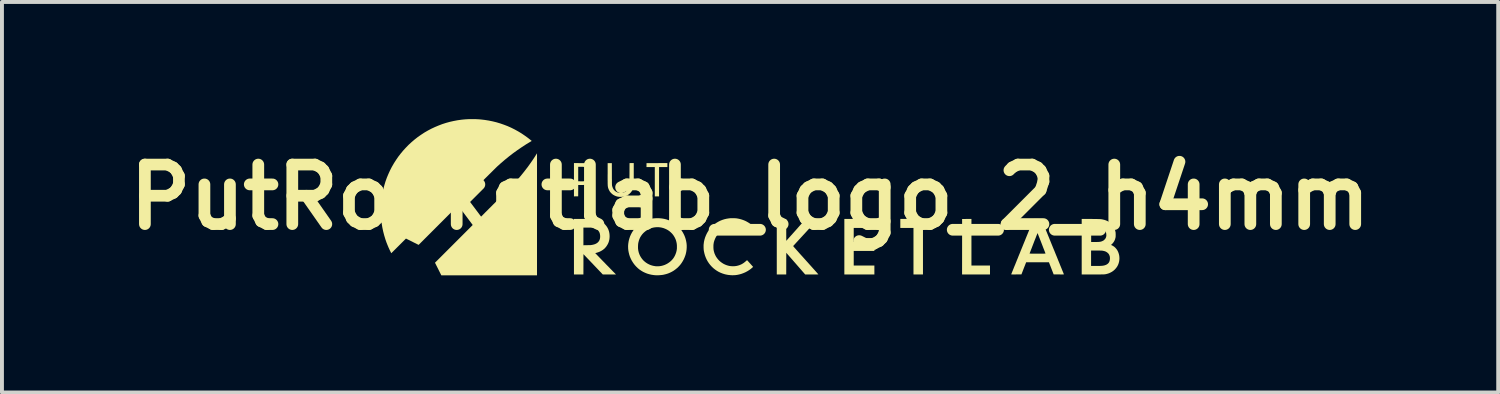
<source format=kicad_pcb>
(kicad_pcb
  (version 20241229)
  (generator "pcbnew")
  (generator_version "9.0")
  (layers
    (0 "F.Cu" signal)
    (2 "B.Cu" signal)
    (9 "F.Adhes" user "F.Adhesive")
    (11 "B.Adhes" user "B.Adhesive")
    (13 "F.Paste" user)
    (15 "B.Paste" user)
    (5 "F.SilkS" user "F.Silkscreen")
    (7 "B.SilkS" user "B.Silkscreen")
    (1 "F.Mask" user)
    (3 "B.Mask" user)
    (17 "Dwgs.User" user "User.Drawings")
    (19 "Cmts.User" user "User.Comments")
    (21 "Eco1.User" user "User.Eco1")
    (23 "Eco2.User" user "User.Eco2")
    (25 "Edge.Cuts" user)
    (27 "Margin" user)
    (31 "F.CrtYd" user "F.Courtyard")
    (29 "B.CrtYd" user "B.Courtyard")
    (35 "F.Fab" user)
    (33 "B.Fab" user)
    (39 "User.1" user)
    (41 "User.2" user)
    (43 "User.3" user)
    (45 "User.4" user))
  (footprint "PutRocketlab_logo_2_h4mm"
    (layer "F.Cu")
    (at 16.154 1.998)
    (property "Reference" "PutRocketlab_logo_2_h4mm" (at 0 0 0) (layer "F.SilkS") (effects (font (size 1.524 1.524) (thickness 0.3))))
    (attr board_only exclude_from_pos_files exclude_from_bom)
    (fp_poly (pts (xy 4.762 0.788) (xy 4.427 0.788) (xy 4.427 1.979) (xy 4.184 1.979) (xy 4.184 0.788) (xy 3.847 0.788) (xy 3.847 0.557) (xy 4.762 0.557)) (stroke (width 0) (type solid)) (fill yes) (layer "F.SilkS"))
    (fp_poly (pts (xy 5.668 1.75) (xy 6.143 1.75) (xy 6.143 1.979) (xy 5.428 1.979) (xy 5.429 1.269) (xy 5.429 0.559) (xy 5.549 0.558) (xy 5.668 0.557)) (stroke (width 0) (type solid)) (fill yes) (layer "F.SilkS"))
    (fp_poly (pts (xy -2.117 -0.771) (xy -2.33 -0.771) (xy -2.33 -0.02) (xy -2.439 -0.02) (xy -2.439 -0.771) (xy -2.652 -0.771) (xy -2.651 -0.872) (xy -2.384 -0.872) (xy -2.117 -0.873)) (stroke (width 0) (type solid)) (fill yes) (layer "F.SilkS"))
    (fp_poly (pts (xy 2.798 0.558) (xy 3.182 0.559) (xy 3.182 0.674) (xy 3.183 0.788) (xy 2.654 0.788) (xy 2.654 1.148) (xy 3.183 1.148) (xy 3.183 1.377) (xy 2.654 1.377) (xy 2.654 1.75) (xy 3.183 1.75) (xy 3.183 1.979) (xy 2.414 1.979) (xy 2.414 0.557)) (stroke (width 0) (type solid)) (fill yes) (layer "F.SilkS"))
    (fp_poly (pts (xy -5.455 2.001) (xy -7.905 2.001) (xy -7.986 1.839) (xy -8.067 1.678) (xy -7.093 0.704) (xy -7.025 0.636) (xy -6.959 0.571) (xy -6.897 0.509) (xy -6.838 0.45) (xy -6.782 0.393) (xy -6.729 0.34) (xy -6.678 0.289) (xy -6.629 0.241) (xy -6.584 0.195) (xy -6.54 0.152) (xy -6.5 0.111) (xy -6.461 0.072) (xy -6.425 0.036) (xy -6.39 0.001) (xy -6.358 -0.031) (xy -6.328 -0.061) (xy -6.3 -0.09) (xy -6.273 -0.116) (xy -6.249 -0.141) (xy -6.226 -0.164) (xy -6.204 -0.186) (xy -6.184 -0.206) (xy -6.166 -0.225) (xy -6.149 -0.242) (xy -6.133 -0.258) (xy -6.119 -0.273) (xy -6.105 -0.286) (xy -6.093 -0.299) (xy -6.082 -0.31) (xy -6.071 -0.321) (xy -6.062 -0.331) (xy -6.053 -0.34) (xy -6.045 -0.349) (xy -6.038 -0.357) (xy -6.031 -0.364) (xy -6.024 -0.371) (xy -6.018 -0.378) (xy -6.012 -0.384) (xy -6.007 -0.389) (xy -5.943 -0.461) (xy -5.879 -0.536) (xy -5.816 -0.613) (xy -5.754 -0.692) (xy -5.693 -0.772) (xy -5.635 -0.852) (xy -5.579 -0.932) (xy -5.526 -1.011) (xy -5.48 -1.083) (xy -5.455 -1.123)) (stroke (width 0) (type solid)) (fill yes) (layer "F.SilkS"))
    (fp_poly (pts (xy -4.372 -0.872) (xy -4.342 -0.872) (xy -4.316 -0.872) (xy -4.295 -0.872) (xy -4.276 -0.871) (xy -4.26 -0.871) (xy -4.247 -0.87) (xy -4.235 -0.87) (xy -4.226 -0.869) (xy -4.217 -0.868) (xy -4.21 -0.866) (xy -4.203 -0.865) (xy -4.196 -0.863) (xy -4.188 -0.861) (xy -4.18 -0.858) (xy -4.18 -0.858) (xy -4.148 -0.846) (xy -4.118 -0.83) (xy -4.091 -0.811) (xy -4.066 -0.788) (xy -4.044 -0.763) (xy -4.025 -0.735) (xy -4.009 -0.704) (xy -3.998 -0.672) (xy -3.99 -0.641) (xy -3.988 -0.625) (xy -3.987 -0.606) (xy -3.987 -0.585) (xy -3.987 -0.566) (xy -3.989 -0.548) (xy -3.99 -0.541) (xy -3.998 -0.507) (xy -4.01 -0.476) (xy -4.026 -0.446) (xy -4.045 -0.418) (xy -4.067 -0.393) (xy -4.092 -0.371) (xy -4.119 -0.352) (xy -4.149 -0.336) (xy -4.177 -0.326) (xy -4.187 -0.323) (xy -4.196 -0.32) (xy -4.205 -0.318) (xy -4.213 -0.316) (xy -4.222 -0.315) (xy -4.232 -0.314) (xy -4.243 -0.313) (xy -4.257 -0.313) (xy -4.273 -0.312) (xy -4.293 -0.312) (xy -4.314 -0.312) (xy -4.4 -0.311) (xy -4.4 -0.166) (xy -4.401 -0.021) (xy -4.455 -0.021) (xy -4.509 -0.02) (xy -4.509 -0.407) (xy -4.4 -0.407) (xy -4.347 -0.406) (xy -4.325 -0.406) (xy -4.306 -0.406) (xy -4.29 -0.406) (xy -4.277 -0.406) (xy -4.266 -0.407) (xy -4.256 -0.408) (xy -4.246 -0.409) (xy -4.237 -0.411) (xy -4.235 -0.411) (xy -4.208 -0.418) (xy -4.184 -0.427) (xy -4.164 -0.439) (xy -4.146 -0.453) (xy -4.138 -0.461) (xy -4.127 -0.474) (xy -4.118 -0.488) (xy -4.111 -0.503) (xy -4.105 -0.519) (xy -4.098 -0.544) (xy -4.095 -0.571) (xy -4.094 -0.598) (xy -4.096 -0.626) (xy -4.102 -0.652) (xy -4.109 -0.676) (xy -4.118 -0.695) (xy -4.126 -0.706) (xy -4.137 -0.719) (xy -4.149 -0.731) (xy -4.162 -0.742) (xy -4.174 -0.75) (xy -4.18 -0.753) (xy -4.193 -0.759) (xy -4.205 -0.764) (xy -4.218 -0.768) (xy -4.231 -0.771) (xy -4.245 -0.774) (xy -4.261 -0.775) (xy -4.28 -0.777) (xy -4.301 -0.777) (xy -4.327 -0.777) (xy -4.332 -0.777) (xy -4.4 -0.777) (xy -4.4 -0.407) (xy -4.509 -0.407) (xy -4.509 -0.873)) (stroke (width 0) (type solid)) (fill yes) (layer "F.SilkS"))
    (fp_poly (pts (xy 0.805 0.558) (xy 0.925 0.559) (xy 0.926 0.838) (xy 0.927 1.118) (xy 1.177 0.838) (xy 1.426 0.557) (xy 1.582 0.557) (xy 1.612 0.557) (xy 1.639 0.558) (xy 1.661 0.558) (xy 1.68 0.558) (xy 1.695 0.558) (xy 1.708 0.558) (xy 1.718 0.558) (xy 1.725 0.559) (xy 1.73 0.559) (xy 1.734 0.559) (xy 1.736 0.56) (xy 1.736 0.56) (xy 1.736 0.561) (xy 1.735 0.563) (xy 1.73 0.568) (xy 1.723 0.576) (xy 1.713 0.586) (xy 1.701 0.6) (xy 1.686 0.616) (xy 1.67 0.634) (xy 1.651 0.655) (xy 1.63 0.677) (xy 1.608 0.702) (xy 1.584 0.728) (xy 1.559 0.756) (xy 1.532 0.785) (xy 1.504 0.815) (xy 1.475 0.847) (xy 1.445 0.88) (xy 1.421 0.906) (xy 1.391 0.939) (xy 1.361 0.971) (xy 1.332 1.003) (xy 1.304 1.033) (xy 1.278 1.062) (xy 1.252 1.089) (xy 1.229 1.115) (xy 1.207 1.139) (xy 1.186 1.161) (xy 1.168 1.181) (xy 1.152 1.199) (xy 1.137 1.215) (xy 1.126 1.228) (xy 1.116 1.238) (xy 1.109 1.245) (xy 1.105 1.25) (xy 1.104 1.251) (xy 1.104 1.252) (xy 1.105 1.253) (xy 1.106 1.255) (xy 1.108 1.258) (xy 1.112 1.262) (xy 1.116 1.268) (xy 1.121 1.274) (xy 1.128 1.282) (xy 1.136 1.292) (xy 1.146 1.303) (xy 1.158 1.316) (xy 1.171 1.331) (xy 1.186 1.348) (xy 1.203 1.367) (xy 1.222 1.388) (xy 1.243 1.412) (xy 1.266 1.438) (xy 1.292 1.467) (xy 1.321 1.499) (xy 1.352 1.533) (xy 1.386 1.571) (xy 1.423 1.612) (xy 1.426 1.616) (xy 1.457 1.65) (xy 1.487 1.683) (xy 1.516 1.716) (xy 1.544 1.747) (xy 1.571 1.777) (xy 1.596 1.805) (xy 1.62 1.832) (xy 1.643 1.857) (xy 1.663 1.88) (xy 1.682 1.901) (xy 1.699 1.92) (xy 1.714 1.937) (xy 1.726 1.951) (xy 1.736 1.962) (xy 1.743 1.97) (xy 1.748 1.976) (xy 1.75 1.978) (xy 1.75 1.978) (xy 1.748 1.978) (xy 1.742 1.978) (xy 1.732 1.978) (xy 1.718 1.979) (xy 1.702 1.979) (xy 1.682 1.979) (xy 1.661 1.979) (xy 1.637 1.979) (xy 1.612 1.979) (xy 1.585 1.979) (xy 1.581 1.979) (xy 1.411 1.979) (xy 1.169 1.701) (xy 0.927 1.424) (xy 0.926 1.979) (xy 0.684 1.979) (xy 0.684 0.557)) (stroke (width 0) (type solid)) (fill yes) (layer "F.SilkS"))
    (fp_poly (pts (xy -7.111 -1.998) (xy -7.081 -1.998) (xy -7.056 -1.998) (xy -7.033 -1.997) (xy -7.013 -1.997) (xy -6.994 -1.996) (xy -6.976 -1.995) (xy -6.958 -1.994) (xy -6.939 -1.993) (xy -6.919 -1.991) (xy -6.896 -1.989) (xy -6.892 -1.989) (xy -6.791 -1.977) (xy -6.691 -1.961) (xy -6.592 -1.941) (xy -6.494 -1.917) (xy -6.397 -1.888) (xy -6.302 -1.855) (xy -6.208 -1.819) (xy -6.116 -1.778) (xy -6.026 -1.733) (xy -5.937 -1.684) (xy -5.851 -1.632) (xy -5.767 -1.575) (xy -5.713 -1.536) (xy -5.691 -1.52) (xy -5.67 -1.504) (xy -5.65 -1.488) (xy -5.632 -1.474) (xy -5.615 -1.46) (xy -5.604 -1.451) (xy -5.59 -1.439) (xy -5.619 -1.422) (xy -5.732 -1.354) (xy -5.844 -1.281) (xy -5.955 -1.205) (xy -6.065 -1.126) (xy -6.174 -1.042) (xy -6.282 -0.954) (xy -6.39 -0.861) (xy -6.48 -0.78) (xy -6.484 -0.776) (xy -6.491 -0.769) (xy -6.501 -0.759) (xy -6.514 -0.747) (xy -6.529 -0.731) (xy -6.548 -0.713) (xy -6.569 -0.692) (xy -6.592 -0.669) (xy -6.618 -0.643) (xy -6.646 -0.615) (xy -6.677 -0.585) (xy -6.709 -0.553) (xy -6.744 -0.518) (xy -6.781 -0.482) (xy -6.819 -0.443) (xy -6.86 -0.403) (xy -6.902 -0.361) (xy -6.946 -0.317) (xy -6.991 -0.272) (xy -7.038 -0.225) (xy -7.086 -0.177) (xy -7.135 -0.128) (xy -7.186 -0.078) (xy -7.237 -0.026) (xy -7.29 0.026) (xy -7.343 0.08) (xy -7.398 0.134) (xy -7.453 0.189) (xy -7.504 0.24) (xy -8.486 1.222) (xy -8.648 1.141) (xy -8.81 1.06) (xy -8.998 1.248) (xy -9.186 1.435) (xy -9.196 1.416) (xy -9.226 1.355) (xy -9.255 1.292) (xy -9.283 1.225) (xy -9.31 1.157) (xy -9.334 1.088) (xy -9.34 1.069) (xy -9.369 0.973) (xy -9.394 0.875) (xy -9.415 0.777) (xy -9.431 0.678) (xy -9.444 0.578) (xy -9.451 0.479) (xy -9.455 0.379) (xy -9.454 0.279) (xy -9.449 0.18) (xy -9.44 0.08) (xy -9.427 -0.018) (xy -9.41 -0.117) (xy -9.388 -0.214) (xy -9.362 -0.31) (xy -9.333 -0.406) (xy -9.299 -0.5) (xy -9.26 -0.593) (xy -9.218 -0.685) (xy -9.172 -0.775) (xy -9.167 -0.783) (xy -9.117 -0.87) (xy -9.063 -0.954) (xy -9.006 -1.037) (xy -8.945 -1.116) (xy -8.88 -1.194) (xy -8.812 -1.268) (xy -8.742 -1.34) (xy -8.668 -1.408) (xy -8.592 -1.473) (xy -8.513 -1.535) (xy -8.507 -1.54) (xy -8.423 -1.598) (xy -8.338 -1.654) (xy -8.25 -1.705) (xy -8.161 -1.752) (xy -8.069 -1.795) (xy -7.976 -1.834) (xy -7.882 -1.87) (xy -7.786 -1.901) (xy -7.688 -1.928) (xy -7.59 -1.95) (xy -7.49 -1.969) (xy -7.389 -1.983) (xy -7.332 -1.989) (xy -7.308 -1.991) (xy -7.287 -1.993) (xy -7.268 -1.994) (xy -7.249 -1.995) (xy -7.231 -1.996) (xy -7.212 -1.997) (xy -7.191 -1.997) (xy -7.168 -1.998) (xy -7.143 -1.998) (xy -7.113 -1.998)) (stroke (width 0) (type solid)) (fill yes) (layer "F.SilkS"))
    (fp_poly (pts (xy -4.302 0.558) (xy -4.26 0.558) (xy -4.222 0.558) (xy -4.188 0.558) (xy -4.157 0.558) (xy -4.13 0.558) (xy -4.106 0.559) (xy -4.085 0.559) (xy -4.066 0.56) (xy -4.05 0.56) (xy -4.035 0.561) (xy -4.022 0.562) (xy -4.011 0.563) (xy -4 0.564) (xy -3.991 0.565) (xy -3.982 0.566) (xy -3.935 0.576) (xy -3.89 0.589) (xy -3.848 0.606) (xy -3.809 0.625) (xy -3.773 0.648) (xy -3.739 0.674) (xy -3.709 0.703) (xy -3.682 0.735) (xy -3.658 0.77) (xy -3.641 0.801) (xy -3.625 0.837) (xy -3.612 0.876) (xy -3.603 0.917) (xy -3.598 0.958) (xy -3.596 1.001) (xy -3.598 1.043) (xy -3.603 1.085) (xy -3.606 1.098) (xy -3.613 1.126) (xy -3.621 1.153) (xy -3.632 1.179) (xy -3.638 1.193) (xy -3.659 1.23) (xy -3.683 1.266) (xy -3.71 1.298) (xy -3.741 1.327) (xy -3.774 1.353) (xy -3.811 1.376) (xy -3.85 1.396) (xy -3.892 1.412) (xy -3.93 1.424) (xy -3.941 1.427) (xy -3.951 1.429) (xy -3.959 1.431) (xy -3.963 1.433) (xy -3.964 1.433) (xy -3.962 1.435) (xy -3.958 1.439) (xy -3.951 1.447) (xy -3.941 1.457) (xy -3.929 1.469) (xy -3.915 1.484) (xy -3.899 1.501) (xy -3.881 1.519) (xy -3.862 1.539) (xy -3.841 1.561) (xy -3.819 1.583) (xy -3.796 1.607) (xy -3.772 1.632) (xy -3.747 1.657) (xy -3.722 1.683) (xy -3.697 1.709) (xy -3.672 1.735) (xy -3.646 1.761) (xy -3.621 1.786) (xy -3.597 1.811) (xy -3.573 1.836) (xy -3.55 1.859) (xy -3.528 1.882) (xy -3.508 1.903) (xy -3.489 1.922) (xy -3.471 1.94) (xy -3.455 1.956) (xy -3.454 1.957) (xy -3.433 1.979) (xy -3.771 1.979) (xy -4.018 1.719) (xy -4.266 1.459) (xy -4.266 1.719) (xy -4.267 1.979) (xy -4.509 1.979) (xy -4.509 0.78) (xy -4.267 0.78) (xy -4.267 1.231) (xy -4.177 1.23) (xy -4.157 1.229) (xy -4.137 1.229) (xy -4.119 1.229) (xy -4.103 1.228) (xy -4.089 1.228) (xy -4.079 1.227) (xy -4.072 1.226) (xy -4.071 1.226) (xy -4.034 1.22) (xy -4.001 1.212) (xy -3.972 1.203) (xy -3.946 1.191) (xy -3.923 1.178) (xy -3.903 1.163) (xy -3.89 1.15) (xy -3.873 1.13) (xy -3.86 1.109) (xy -3.85 1.085) (xy -3.843 1.06) (xy -3.839 1.032) (xy -3.838 1.003) (xy -3.84 0.97) (xy -3.845 0.94) (xy -3.853 0.912) (xy -3.865 0.887) (xy -3.881 0.864) (xy -3.891 0.852) (xy -3.913 0.832) (xy -3.936 0.816) (xy -3.962 0.802) (xy -3.991 0.792) (xy -4.023 0.785) (xy -4.032 0.783) (xy -4.039 0.782) (xy -4.047 0.781) (xy -4.056 0.781) (xy -4.068 0.78) (xy -4.082 0.78) (xy -4.099 0.78) (xy -4.119 0.78) (xy -4.143 0.78) (xy -4.161 0.78) (xy -4.267 0.78) (xy -4.509 0.78) (xy -4.509 0.557)) (stroke (width 0) (type solid)) (fill yes) (layer "F.SilkS"))
    (fp_poly (pts (xy -2.978 -0.587) (xy -2.978 -0.545) (xy -2.978 -0.507) (xy -2.978 -0.472) (xy -2.979 -0.442) (xy -2.979 -0.415) (xy -2.979 -0.391) (xy -2.979 -0.371) (xy -2.979 -0.353) (xy -2.979 -0.337) (xy -2.979 -0.324) (xy -2.98 -0.313) (xy -2.98 -0.304) (xy -2.98 -0.296) (xy -2.981 -0.29) (xy -2.981 -0.285) (xy -2.982 -0.281) (xy -2.982 -0.278) (xy -2.989 -0.241) (xy -3.001 -0.207) (xy -3.016 -0.174) (xy -3.035 -0.144) (xy -3.057 -0.116) (xy -3.082 -0.091) (xy -3.109 -0.069) (xy -3.14 -0.05) (xy -3.173 -0.034) (xy -3.209 -0.021) (xy -3.246 -0.013) (xy -3.271 -0.009) (xy -3.29 -0.008) (xy -3.311 -0.007) (xy -3.333 -0.007) (xy -3.354 -0.009) (xy -3.365 -0.01) (xy -3.404 -0.017) (xy -3.441 -0.029) (xy -3.476 -0.045) (xy -3.509 -0.064) (xy -3.521 -0.073) (xy -3.534 -0.084) (xy -3.548 -0.096) (xy -3.561 -0.11) (xy -3.574 -0.123) (xy -3.584 -0.136) (xy -3.59 -0.144) (xy -3.609 -0.177) (xy -3.625 -0.211) (xy -3.636 -0.246) (xy -3.639 -0.261) (xy -3.64 -0.267) (xy -3.641 -0.273) (xy -3.642 -0.28) (xy -3.643 -0.288) (xy -3.644 -0.296) (xy -3.644 -0.306) (xy -3.645 -0.318) (xy -3.645 -0.331) (xy -3.646 -0.347) (xy -3.646 -0.364) (xy -3.646 -0.385) (xy -3.646 -0.408) (xy -3.647 -0.434) (xy -3.647 -0.463) (xy -3.647 -0.496) (xy -3.647 -0.532) (xy -3.647 -0.573) (xy -3.646 -0.604) (xy -3.646 -0.872) (xy -3.539 -0.872) (xy -3.538 -0.591) (xy -3.538 -0.549) (xy -3.538 -0.512) (xy -3.538 -0.479) (xy -3.537 -0.449) (xy -3.537 -0.423) (xy -3.537 -0.4) (xy -3.537 -0.38) (xy -3.537 -0.363) (xy -3.536 -0.349) (xy -3.536 -0.337) (xy -3.536 -0.327) (xy -3.536 -0.318) (xy -3.535 -0.311) (xy -3.535 -0.306) (xy -3.534 -0.302) (xy -3.534 -0.298) (xy -3.533 -0.296) (xy -3.533 -0.294) (xy -3.527 -0.27) (xy -3.519 -0.249) (xy -3.512 -0.23) (xy -3.502 -0.213) (xy -3.496 -0.202) (xy -3.477 -0.178) (xy -3.456 -0.157) (xy -3.432 -0.14) (xy -3.406 -0.126) (xy -3.377 -0.116) (xy -3.364 -0.113) (xy -3.348 -0.111) (xy -3.329 -0.109) (xy -3.31 -0.109) (xy -3.29 -0.109) (xy -3.273 -0.111) (xy -3.265 -0.112) (xy -3.235 -0.12) (xy -3.207 -0.132) (xy -3.182 -0.147) (xy -3.16 -0.165) (xy -3.14 -0.187) (xy -3.123 -0.212) (xy -3.109 -0.241) (xy -3.098 -0.273) (xy -3.093 -0.29) (xy -3.093 -0.293) (xy -3.092 -0.296) (xy -3.091 -0.299) (xy -3.091 -0.303) (xy -3.09 -0.307) (xy -3.09 -0.313) (xy -3.09 -0.32) (xy -3.089 -0.328) (xy -3.089 -0.338) (xy -3.089 -0.35) (xy -3.089 -0.364) (xy -3.089 -0.38) (xy -3.088 -0.4) (xy -3.088 -0.422) (xy -3.088 -0.447) (xy -3.088 -0.476) (xy -3.088 -0.509) (xy -3.088 -0.545) (xy -3.087 -0.586) (xy -3.087 -0.591) (xy -3.086 -0.872) (xy -2.978 -0.873)) (stroke (width 0) (type solid)) (fill yes) (layer "F.SilkS"))
    (fp_poly (pts (xy -2.313 0.54) (xy -2.254 0.546) (xy -2.197 0.556) (xy -2.142 0.57) (xy -2.089 0.588) (xy -2.038 0.61) (xy -1.989 0.635) (xy -1.941 0.665) (xy -1.901 0.694) (xy -1.888 0.705) (xy -1.872 0.719) (xy -1.855 0.735) (xy -1.838 0.752) (xy -1.821 0.769) (xy -1.806 0.786) (xy -1.792 0.801) (xy -1.781 0.815) (xy -1.78 0.815) (xy -1.752 0.855) (xy -1.725 0.897) (xy -1.701 0.941) (xy -1.68 0.985) (xy -1.663 1.029) (xy -1.651 1.066) (xy -1.637 1.122) (xy -1.627 1.178) (xy -1.622 1.234) (xy -1.622 1.29) (xy -1.626 1.346) (xy -1.634 1.401) (xy -1.646 1.455) (xy -1.656 1.488) (xy -1.676 1.542) (xy -1.699 1.594) (xy -1.726 1.643) (xy -1.756 1.69) (xy -1.789 1.734) (xy -1.826 1.775) (xy -1.865 1.813) (xy -1.908 1.848) (xy -1.952 1.88) (xy -1.999 1.908) (xy -2.049 1.933) (xy -2.1 1.954) (xy -2.154 1.971) (xy -2.209 1.984) (xy -2.221 1.987) (xy -2.248 1.991) (xy -2.277 1.994) (xy -2.308 1.997) (xy -2.339 1.999) (xy -2.369 2) (xy -2.396 2) (xy -2.407 2) (xy -2.466 1.995) (xy -2.525 1.986) (xy -2.581 1.973) (xy -2.635 1.957) (xy -2.687 1.936) (xy -2.738 1.912) (xy -2.785 1.884) (xy -2.831 1.853) (xy -2.874 1.818) (xy -2.914 1.779) (xy -2.952 1.737) (xy -2.986 1.692) (xy -3 1.671) (xy -3.03 1.623) (xy -3.055 1.573) (xy -3.077 1.522) (xy -3.094 1.469) (xy -3.107 1.416) (xy -3.117 1.361) (xy -3.122 1.307) (xy -3.122 1.281) (xy -2.869 1.281) (xy -2.869 1.301) (xy -2.868 1.319) (xy -2.868 1.324) (xy -2.861 1.371) (xy -2.85 1.417) (xy -2.835 1.46) (xy -2.816 1.502) (xy -2.793 1.541) (xy -2.767 1.578) (xy -2.738 1.613) (xy -2.705 1.644) (xy -2.669 1.673) (xy -2.629 1.699) (xy -2.605 1.712) (xy -2.574 1.727) (xy -2.542 1.74) (xy -2.51 1.75) (xy -2.475 1.759) (xy -2.438 1.765) (xy -2.413 1.769) (xy -2.404 1.769) (xy -2.391 1.77) (xy -2.376 1.77) (xy -2.36 1.77) (xy -2.343 1.769) (xy -2.329 1.768) (xy -2.316 1.767) (xy -2.314 1.767) (xy -2.27 1.76) (xy -2.228 1.749) (xy -2.187 1.735) (xy -2.149 1.718) (xy -2.107 1.695) (xy -2.069 1.669) (xy -2.033 1.64) (xy -2.001 1.609) (xy -1.971 1.574) (xy -1.946 1.537) (xy -1.924 1.497) (xy -1.906 1.455) (xy -1.891 1.412) (xy -1.88 1.366) (xy -1.874 1.324) (xy -1.873 1.307) (xy -1.873 1.288) (xy -1.873 1.266) (xy -1.873 1.244) (xy -1.874 1.223) (xy -1.876 1.203) (xy -1.878 1.186) (xy -1.879 1.181) (xy -1.885 1.151) (xy -1.892 1.124) (xy -1.9 1.098) (xy -1.909 1.073) (xy -1.922 1.047) (xy -1.922 1.045) (xy -1.945 1.004) (xy -1.97 0.966) (xy -1.999 0.931) (xy -2.032 0.899) (xy -2.067 0.869) (xy -2.089 0.854) (xy -2.13 0.829) (xy -2.173 0.809) (xy -2.217 0.792) (xy -2.262 0.78) (xy -2.308 0.772) (xy -2.355 0.768) (xy -2.402 0.769) (xy -2.449 0.774) (xy -2.481 0.78) (xy -2.523 0.791) (xy -2.565 0.807) (xy -2.606 0.826) (xy -2.645 0.849) (xy -2.682 0.875) (xy -2.716 0.904) (xy -2.729 0.916) (xy -2.76 0.95) (xy -2.787 0.987) (xy -2.811 1.025) (xy -2.83 1.066) (xy -2.846 1.11) (xy -2.858 1.155) (xy -2.863 1.18) (xy -2.865 1.196) (xy -2.867 1.216) (xy -2.868 1.237) (xy -2.869 1.259) (xy -2.869 1.281) (xy -3.122 1.281) (xy -3.123 1.252) (xy -3.119 1.197) (xy -3.111 1.143) (xy -3.106 1.116) (xy -3.091 1.06) (xy -3.073 1.006) (xy -3.05 0.954) (xy -3.023 0.903) (xy -2.992 0.855) (xy -2.957 0.807) (xy -2.957 0.806) (xy -2.945 0.793) (xy -2.931 0.777) (xy -2.915 0.76) (xy -2.898 0.743) (xy -2.881 0.727) (xy -2.865 0.713) (xy -2.852 0.702) (xy -2.819 0.677) (xy -2.783 0.653) (xy -2.746 0.631) (xy -2.708 0.611) (xy -2.673 0.595) (xy -2.624 0.577) (xy -2.573 0.563) (xy -2.52 0.551) (xy -2.465 0.543) (xy -2.41 0.539) (xy -2.355 0.538)) (stroke (width 0) (type solid)) (fill yes) (layer "F.SilkS"))
    (fp_poly (pts (xy 7.311 0.558) (xy 7.329 0.558) (xy 7.351 0.558) (xy 7.361 0.558) (xy 7.459 0.559) (xy 7.746 1.265) (xy 7.768 1.319) (xy 7.79 1.371) (xy 7.811 1.423) (xy 7.831 1.473) (xy 7.851 1.521) (xy 7.87 1.568) (xy 7.888 1.614) (xy 7.906 1.657) (xy 7.923 1.698) (xy 7.938 1.737) (xy 7.953 1.773) (xy 7.967 1.807) (xy 7.98 1.839) (xy 7.991 1.867) (xy 8.002 1.893) (xy 8.011 1.915) (xy 8.019 1.934) (xy 8.025 1.95) (xy 8.03 1.962) (xy 8.033 1.97) (xy 8.035 1.974) (xy 8.035 1.975) (xy 8.035 1.976) (xy 8.035 1.977) (xy 8.033 1.977) (xy 8.03 1.978) (xy 8.026 1.978) (xy 8.019 1.978) (xy 8.011 1.978) (xy 8 1.979) (xy 7.985 1.979) (xy 7.968 1.979) (xy 7.947 1.979) (xy 7.922 1.978) (xy 7.905 1.978) (xy 7.773 1.978) (xy 7.652 1.667) (xy 7.069 1.667) (xy 7.008 1.822) (xy 6.948 1.978) (xy 6.816 1.978) (xy 6.789 1.979) (xy 6.766 1.979) (xy 6.746 1.979) (xy 6.73 1.979) (xy 6.717 1.979) (xy 6.707 1.978) (xy 6.699 1.978) (xy 6.693 1.978) (xy 6.69 1.977) (xy 6.687 1.977) (xy 6.686 1.976) (xy 6.686 1.976) (xy 6.686 1.975) (xy 6.687 1.973) (xy 6.689 1.966) (xy 6.694 1.956) (xy 6.699 1.943) (xy 6.706 1.926) (xy 6.714 1.905) (xy 6.724 1.882) (xy 6.734 1.856) (xy 6.746 1.827) (xy 6.758 1.796) (xy 6.772 1.762) (xy 6.787 1.727) (xy 6.802 1.689) (xy 6.818 1.65) (xy 6.834 1.609) (xy 6.852 1.567) (xy 6.869 1.523) (xy 6.887 1.479) (xy 6.902 1.443) (xy 7.157 1.443) (xy 7.158 1.443) (xy 7.159 1.444) (xy 7.161 1.444) (xy 7.165 1.445) (xy 7.17 1.445) (xy 7.178 1.445) (xy 7.187 1.445) (xy 7.199 1.446) (xy 7.213 1.446) (xy 7.23 1.446) (xy 7.251 1.446) (xy 7.275 1.446) (xy 7.303 1.446) (xy 7.334 1.446) (xy 7.361 1.446) (xy 7.395 1.446) (xy 7.426 1.446) (xy 7.453 1.446) (xy 7.476 1.446) (xy 7.495 1.446) (xy 7.512 1.446) (xy 7.526 1.446) (xy 7.537 1.445) (xy 7.546 1.445) (xy 7.552 1.445) (xy 7.557 1.444) (xy 7.561 1.444) (xy 7.563 1.444) (xy 7.564 1.443) (xy 7.564 1.443) (xy 7.564 1.442) (xy 7.562 1.436) (xy 7.558 1.426) (xy 7.553 1.413) (xy 7.547 1.397) (xy 7.54 1.379) (xy 7.532 1.358) (xy 7.523 1.335) (xy 7.513 1.311) (xy 7.503 1.285) (xy 7.493 1.258) (xy 7.482 1.23) (xy 7.471 1.201) (xy 7.46 1.173) (xy 7.449 1.144) (xy 7.438 1.116) (xy 7.427 1.089) (xy 7.417 1.062) (xy 7.407 1.037) (xy 7.398 1.014) (xy 7.389 0.992) (xy 7.382 0.973) (xy 7.375 0.956) (xy 7.37 0.942) (xy 7.365 0.931) (xy 7.362 0.923) (xy 7.361 0.919) (xy 7.361 0.919) (xy 7.36 0.921) (xy 7.357 0.927) (xy 7.354 0.936) (xy 7.349 0.949) (xy 7.343 0.964) (xy 7.335 0.982) (xy 7.327 1.003) (xy 7.319 1.025) (xy 7.309 1.05) (xy 7.299 1.075) (xy 7.288 1.102) (xy 7.277 1.13) (xy 7.266 1.159) (xy 7.255 1.188) (xy 7.244 1.216) (xy 7.233 1.245) (xy 7.222 1.273) (xy 7.212 1.3) (xy 7.202 1.325) (xy 7.192 1.35) (xy 7.184 1.372) (xy 7.176 1.392) (xy 7.169 1.41) (xy 7.163 1.426) (xy 7.159 1.438) (xy 7.157 1.442) (xy 7.157 1.443) (xy 6.902 1.443) (xy 6.906 1.434) (xy 6.924 1.388) (xy 6.943 1.341) (xy 6.962 1.295) (xy 6.981 1.248) (xy 7 1.201) (xy 7.019 1.155) (xy 7.038 1.109) (xy 7.056 1.063) (xy 7.074 1.019) (xy 7.092 0.975) (xy 7.109 0.933) (xy 7.126 0.892) (xy 7.142 0.852) (xy 7.157 0.815) (xy 7.172 0.779) (xy 7.186 0.745) (xy 7.199 0.713) (xy 7.211 0.684) (xy 7.221 0.658) (xy 7.231 0.634) (xy 7.239 0.614) (xy 7.246 0.596) (xy 7.252 0.582) (xy 7.257 0.572) (xy 7.259 0.565) (xy 7.261 0.562) (xy 7.261 0.562) (xy 7.261 0.561) (xy 7.262 0.56) (xy 7.264 0.559) (xy 7.267 0.559) (xy 7.271 0.558) (xy 7.277 0.558) (xy 7.286 0.558) (xy 7.297 0.558)) (stroke (width 0) (type solid)) (fill yes) (layer "F.SilkS"))
    (fp_poly (pts (xy -0.433 0.538) (xy -0.408 0.538) (xy -0.384 0.54) (xy -0.362 0.541) (xy -0.343 0.543) (xy -0.336 0.544) (xy -0.282 0.554) (xy -0.228 0.568) (xy -0.177 0.585) (xy -0.127 0.605) (xy -0.08 0.629) (xy -0.036 0.655) (xy 0.003 0.681) (xy 0.011 0.688) (xy 0.02 0.695) (xy 0.03 0.704) (xy 0.04 0.712) (xy 0.05 0.721) (xy 0.058 0.728) (xy 0.065 0.735) (xy 0.069 0.739) (xy 0.071 0.742) (xy 0.071 0.742) (xy 0.07 0.743) (xy 0.065 0.748) (xy 0.059 0.756) (xy 0.051 0.765) (xy 0.04 0.776) (xy 0.029 0.789) (xy 0.017 0.803) (xy 0.003 0.817) (xy -0.01 0.832) (xy -0.023 0.846) (xy -0.036 0.861) (xy -0.049 0.874) (xy -0.06 0.886) (xy -0.07 0.897) (xy -0.078 0.906) (xy -0.084 0.912) (xy -0.088 0.916) (xy -0.089 0.917) (xy -0.091 0.916) (xy -0.096 0.912) (xy -0.103 0.907) (xy -0.109 0.901) (xy -0.147 0.87) (xy -0.186 0.842) (xy -0.226 0.819) (xy -0.268 0.8) (xy -0.31 0.786) (xy -0.355 0.775) (xy -0.399 0.768) (xy -0.416 0.767) (xy -0.436 0.767) (xy -0.457 0.767) (xy -0.479 0.768) (xy -0.5 0.77) (xy -0.515 0.772) (xy -0.56 0.781) (xy -0.604 0.794) (xy -0.646 0.811) (xy -0.686 0.832) (xy -0.724 0.856) (xy -0.76 0.884) (xy -0.793 0.914) (xy -0.823 0.947) (xy -0.851 0.983) (xy -0.875 1.022) (xy -0.895 1.063) (xy -0.912 1.105) (xy -0.924 1.143) (xy -0.929 1.163) (xy -0.932 1.183) (xy -0.935 1.201) (xy -0.937 1.22) (xy -0.938 1.241) (xy -0.938 1.266) (xy -0.938 1.269) (xy -0.938 1.293) (xy -0.937 1.314) (xy -0.936 1.333) (xy -0.933 1.351) (xy -0.93 1.37) (xy -0.925 1.391) (xy -0.923 1.398) (xy -0.91 1.442) (xy -0.892 1.483) (xy -0.871 1.523) (xy -0.846 1.56) (xy -0.818 1.595) (xy -0.787 1.628) (xy -0.753 1.657) (xy -0.716 1.684) (xy -0.677 1.708) (xy -0.635 1.728) (xy -0.591 1.745) (xy -0.589 1.745) (xy -0.556 1.755) (xy -0.524 1.762) (xy -0.492 1.766) (xy -0.458 1.768) (xy -0.439 1.769) (xy -0.394 1.767) (xy -0.352 1.762) (xy -0.312 1.753) (xy -0.273 1.741) (xy -0.235 1.725) (xy -0.232 1.724) (xy -0.208 1.712) (xy -0.187 1.699) (xy -0.166 1.686) (xy -0.145 1.67) (xy -0.124 1.653) (xy -0.105 1.637) (xy -0.096 1.629) (xy -0.088 1.622) (xy -0.082 1.617) (xy -0.079 1.614) (xy -0.078 1.613) (xy -0.076 1.614) (xy -0.071 1.619) (xy -0.065 1.626) (xy -0.056 1.636) (xy -0.045 1.647) (xy -0.033 1.661) (xy -0.019 1.676) (xy -0.005 1.692) (xy 0.001 1.698) (xy 0.078 1.785) (xy 0.061 1.801) (xy 0.02 1.836) (xy -0.024 1.868) (xy -0.071 1.897) (xy -0.12 1.923) (xy -0.171 1.945) (xy -0.223 1.964) (xy -0.277 1.979) (xy -0.331 1.99) (xy -0.384 1.997) (xy -0.395 1.997) (xy -0.408 1.998) (xy -0.423 1.998) (xy -0.439 1.999) (xy -0.456 1.999) (xy -0.471 1.998) (xy -0.484 1.998) (xy -0.493 1.998) (xy -0.495 1.997) (xy -0.501 1.997) (xy -0.509 1.996) (xy -0.52 1.995) (xy -0.529 1.994) (xy -0.557 1.991) (xy -0.587 1.986) (xy -0.617 1.98) (xy -0.644 1.974) (xy -0.699 1.957) (xy -0.751 1.937) (xy -0.802 1.913) (xy -0.85 1.885) (xy -0.896 1.853) (xy -0.94 1.818) (xy -0.981 1.779) (xy -1.019 1.737) (xy -1.054 1.692) (xy -1.085 1.645) (xy -1.112 1.596) (xy -1.135 1.545) (xy -1.155 1.491) (xy -1.17 1.437) (xy -1.182 1.381) (xy -1.184 1.369) (xy -1.186 1.353) (xy -1.188 1.333) (xy -1.189 1.31) (xy -1.19 1.287) (xy -1.19 1.264) (xy -1.19 1.242) (xy -1.19 1.222) (xy -1.188 1.205) (xy -1.188 1.205) (xy -1.181 1.148) (xy -1.169 1.092) (xy -1.153 1.038) (xy -1.133 0.986) (xy -1.11 0.936) (xy -1.083 0.887) (xy -1.052 0.841) (xy -1.019 0.798) (xy -0.982 0.757) (xy -0.942 0.719) (xy -0.899 0.684) (xy -0.853 0.652) (xy -0.81 0.627) (xy -0.76 0.602) (xy -0.709 0.582) (xy -0.656 0.565) (xy -0.6 0.552) (xy -0.542 0.543) (xy -0.523 0.541) (xy -0.504 0.539) (xy -0.482 0.538) (xy -0.458 0.538)) (stroke (width 0) (type solid)) (fill yes) (layer "F.SilkS"))
    (fp_poly (pts (xy 8.717 0.558) (xy 8.756 0.558) (xy 8.791 0.559) (xy 8.822 0.559) (xy 8.849 0.559) (xy 8.873 0.559) (xy 8.894 0.56) (xy 8.913 0.56) (xy 8.929 0.56) (xy 8.943 0.561) (xy 8.956 0.562) (xy 8.967 0.562) (xy 8.977 0.563) (xy 8.986 0.564) (xy 8.995 0.565) (xy 9.004 0.567) (xy 9.012 0.568) (xy 9.021 0.57) (xy 9.026 0.571) (xy 9.07 0.581) (xy 9.111 0.595) (xy 9.149 0.611) (xy 9.185 0.632) (xy 9.218 0.656) (xy 9.241 0.676) (xy 9.269 0.705) (xy 9.293 0.736) (xy 9.314 0.769) (xy 9.331 0.805) (xy 9.345 0.843) (xy 9.354 0.881) (xy 9.356 0.891) (xy 9.358 0.899) (xy 9.359 0.907) (xy 9.36 0.915) (xy 9.36 0.925) (xy 9.36 0.937) (xy 9.361 0.952) (xy 9.361 0.963) (xy 9.361 0.98) (xy 9.36 0.994) (xy 9.36 1.005) (xy 9.36 1.014) (xy 9.359 1.021) (xy 9.358 1.029) (xy 9.356 1.036) (xy 9.355 1.039) (xy 9.346 1.075) (xy 9.333 1.108) (xy 9.316 1.139) (xy 9.296 1.167) (xy 9.273 1.194) (xy 9.264 1.202) (xy 9.242 1.223) (xy 9.261 1.232) (xy 9.293 1.249) (xy 9.323 1.269) (xy 9.35 1.293) (xy 9.374 1.32) (xy 9.396 1.349) (xy 9.414 1.381) (xy 9.429 1.415) (xy 9.441 1.451) (xy 9.45 1.488) (xy 9.455 1.526) (xy 9.457 1.566) (xy 9.455 1.606) (xy 9.449 1.646) (xy 9.448 1.651) (xy 9.438 1.69) (xy 9.424 1.728) (xy 9.406 1.765) (xy 9.384 1.799) (xy 9.359 1.83) (xy 9.331 1.86) (xy 9.3 1.886) (xy 9.266 1.91) (xy 9.229 1.93) (xy 9.19 1.948) (xy 9.149 1.961) (xy 9.13 1.966) (xy 9.122 1.968) (xy 9.115 1.97) (xy 9.108 1.971) (xy 9.101 1.972) (xy 9.094 1.974) (xy 9.086 1.975) (xy 9.077 1.975) (xy 9.068 1.976) (xy 9.056 1.977) (xy 9.044 1.977) (xy 9.029 1.978) (xy 9.012 1.978) (xy 8.993 1.978) (xy 8.971 1.979) (xy 8.946 1.979) (xy 8.919 1.979) (xy 8.887 1.979) (xy 8.852 1.979) (xy 8.813 1.979) (xy 8.77 1.979) (xy 8.491 1.979) (xy 8.491 1.366) (xy 8.731 1.366) (xy 8.731 1.761) (xy 8.839 1.761) (xy 8.862 1.761) (xy 8.885 1.761) (xy 8.908 1.761) (xy 8.929 1.761) (xy 8.948 1.76) (xy 8.964 1.76) (xy 8.978 1.759) (xy 8.985 1.759) (xy 9.017 1.757) (xy 9.044 1.753) (xy 9.069 1.748) (xy 9.091 1.741) (xy 9.112 1.733) (xy 9.121 1.729) (xy 9.145 1.715) (xy 9.165 1.699) (xy 9.182 1.68) (xy 9.195 1.658) (xy 9.205 1.634) (xy 9.211 1.606) (xy 9.214 1.579) (xy 9.214 1.55) (xy 9.211 1.522) (xy 9.203 1.496) (xy 9.192 1.471) (xy 9.187 1.462) (xy 9.181 1.453) (xy 9.173 1.443) (xy 9.163 1.434) (xy 9.146 1.418) (xy 9.128 1.406) (xy 9.109 1.395) (xy 9.088 1.386) (xy 9.063 1.379) (xy 9.036 1.373) (xy 9.025 1.371) (xy 9.02 1.37) (xy 9.014 1.37) (xy 9.006 1.369) (xy 8.998 1.369) (xy 8.987 1.368) (xy 8.974 1.368) (xy 8.958 1.367) (xy 8.94 1.367) (xy 8.918 1.367) (xy 8.892 1.367) (xy 8.867 1.367) (xy 8.731 1.366) (xy 8.491 1.366) (xy 8.491 0.779) (xy 8.733 0.779) (xy 8.733 1.148) (xy 8.816 1.148) (xy 8.836 1.148) (xy 8.856 1.148) (xy 8.876 1.148) (xy 8.894 1.147) (xy 8.909 1.147) (xy 8.922 1.146) (xy 8.929 1.146) (xy 8.955 1.143) (xy 8.979 1.139) (xy 9.001 1.132) (xy 9.023 1.123) (xy 9.028 1.12) (xy 9.04 1.114) (xy 9.049 1.109) (xy 9.056 1.104) (xy 9.064 1.097) (xy 9.073 1.088) (xy 9.074 1.087) (xy 9.09 1.07) (xy 9.102 1.052) (xy 9.111 1.033) (xy 9.117 1.012) (xy 9.118 1.011) (xy 9.12 1.002) (xy 9.121 0.994) (xy 9.122 0.985) (xy 9.122 0.975) (xy 9.121 0.962) (xy 9.12 0.943) (xy 9.118 0.927) (xy 9.115 0.913) (xy 9.11 0.9) (xy 9.104 0.885) (xy 9.103 0.883) (xy 9.091 0.861) (xy 9.076 0.842) (xy 9.059 0.826) (xy 9.038 0.812) (xy 9.015 0.801) (xy 8.988 0.792) (xy 8.96 0.785) (xy 8.954 0.784) (xy 8.948 0.783) (xy 8.941 0.783) (xy 8.931 0.782) (xy 8.92 0.782) (xy 8.906 0.781) (xy 8.888 0.781) (xy 8.868 0.781) (xy 8.843 0.78) (xy 8.837 0.78) (xy 8.733 0.779) (xy 8.491 0.779) (xy 8.491 0.557)) (stroke (width 0) (type solid)) (fill yes) (layer "F.SilkS")))
  (gr_rect
    (start -3 -3)
    (end 35.309 6.999)
    (stroke (width 0.1) (type default))
    (fill no)
    (layer "Edge.Cuts")))
</source>
